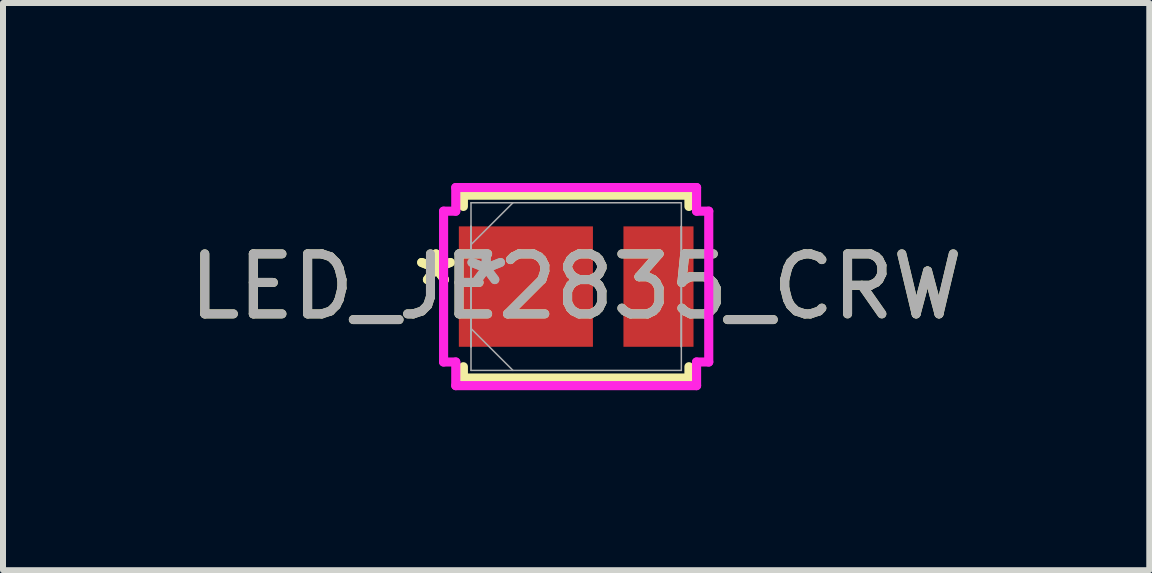
<source format=kicad_pcb>
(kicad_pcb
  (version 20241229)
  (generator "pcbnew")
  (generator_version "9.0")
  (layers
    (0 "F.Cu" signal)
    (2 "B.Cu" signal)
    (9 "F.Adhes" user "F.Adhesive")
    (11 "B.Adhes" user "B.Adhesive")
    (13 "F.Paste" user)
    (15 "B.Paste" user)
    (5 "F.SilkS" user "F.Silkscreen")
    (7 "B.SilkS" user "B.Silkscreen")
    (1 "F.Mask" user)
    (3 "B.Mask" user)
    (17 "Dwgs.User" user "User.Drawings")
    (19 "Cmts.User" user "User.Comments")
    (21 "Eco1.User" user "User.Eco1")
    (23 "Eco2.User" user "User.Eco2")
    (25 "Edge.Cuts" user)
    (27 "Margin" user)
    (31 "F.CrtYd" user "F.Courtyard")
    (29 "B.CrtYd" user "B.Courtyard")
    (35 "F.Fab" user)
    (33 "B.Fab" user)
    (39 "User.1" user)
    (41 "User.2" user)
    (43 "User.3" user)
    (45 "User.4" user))
  (footprint "LED_JE2835_CRW"
    (layer "F.Cu")
    (at 6.554 1.727)
    (property "Reference" "LED_JE2835_CRW" (at 0 0 0) (unlocked yes) (layer "F.SilkS") (effects (font (size 1 1) (thickness 0.15))))
    (attr smd)
    (fp_line (start -1.88 -1.524) (end -1.88 -1.336) (stroke (width 0.152) (type solid)) (layer "F.SilkS"))
    (fp_line (start -1.88 1.336) (end -1.88 1.524) (stroke (width 0.152) (type solid)) (layer "F.SilkS"))
    (fp_line (start -1.88 1.524) (end 1.88 1.524) (stroke (width 0.152) (type solid)) (layer "F.SilkS"))
    (fp_line (start 1.88 -1.524) (end -1.88 -1.524) (stroke (width 0.152) (type solid)) (layer "F.SilkS"))
    (fp_line (start 1.88 -1.336) (end 1.88 -1.524) (stroke (width 0.152) (type solid)) (layer "F.SilkS"))
    (fp_line (start 1.88 1.524) (end 1.88 1.336) (stroke (width 0.152) (type solid)) (layer "F.SilkS"))
    (fp_line (start -2.21 -1.257) (end -2.007 -1.257) (stroke (width 0.152) (type solid)) (layer "F.CrtYd"))
    (fp_line (start -2.21 1.257) (end -2.21 -1.257) (stroke (width 0.152) (type solid)) (layer "F.CrtYd"))
    (fp_line (start -2.007 -1.651) (end 2.007 -1.651) (stroke (width 0.152) (type solid)) (layer "F.CrtYd"))
    (fp_line (start -2.007 -1.257) (end -2.007 -1.651) (stroke (width 0.152) (type solid)) (layer "F.CrtYd"))
    (fp_line (start -2.007 1.257) (end -2.21 1.257) (stroke (width 0.152) (type solid)) (layer "F.CrtYd"))
    (fp_line (start -2.007 1.651) (end -2.007 1.257) (stroke (width 0.152) (type solid)) (layer "F.CrtYd"))
    (fp_line (start 2.007 -1.651) (end 2.007 -1.257) (stroke (width 0.152) (type solid)) (layer "F.CrtYd"))
    (fp_line (start 2.007 -1.257) (end 2.21 -1.257) (stroke (width 0.152) (type solid)) (layer "F.CrtYd"))
    (fp_line (start 2.007 1.257) (end 2.007 1.651) (stroke (width 0.152) (type solid)) (layer "F.CrtYd"))
    (fp_line (start 2.007 1.651) (end -2.007 1.651) (stroke (width 0.152) (type solid)) (layer "F.CrtYd"))
    (fp_line (start 2.21 -1.257) (end 2.21 1.257) (stroke (width 0.152) (type solid)) (layer "F.CrtYd"))
    (fp_line (start 2.21 1.257) (end 2.007 1.257) (stroke (width 0.152) (type solid)) (layer "F.CrtYd"))
    (fp_line (start -1.753 -1.397) (end -1.753 1.397) (stroke (width 0.025) (type solid)) (layer "F.Fab"))
    (fp_line (start -1.753 -1.003) (end -1.753 -1.003) (stroke (width 0.025) (type solid)) (layer "F.Fab"))
    (fp_line (start -1.753 -1.003) (end -1.753 1.003) (stroke (width 0.025) (type solid)) (layer "F.Fab"))
    (fp_line (start -1.753 -0.699) (end -1.054 -1.397) (stroke (width 0.025) (type solid)) (layer "F.Fab"))
    (fp_line (start -1.753 0.699) (end -1.054 1.397) (stroke (width 0.025) (type solid)) (layer "F.Fab"))
    (fp_line (start -1.753 1.003) (end -1.753 -1.003) (stroke (width 0.025) (type solid)) (layer "F.Fab"))
    (fp_line (start -1.753 1.003) (end -1.753 1.003) (stroke (width 0.025) (type solid)) (layer "F.Fab"))
    (fp_line (start -1.753 1.397) (end 1.753 1.397) (stroke (width 0.025) (type solid)) (layer "F.Fab"))
    (fp_line (start 1.753 -1.397) (end -1.753 -1.397) (stroke (width 0.025) (type solid)) (layer "F.Fab"))
    (fp_line (start 1.753 -1.003) (end 1.753 -1.003) (stroke (width 0.025) (type solid)) (layer "F.Fab"))
    (fp_line (start 1.753 -1.003) (end 1.753 1.003) (stroke (width 0.025) (type solid)) (layer "F.Fab"))
    (fp_line (start 1.753 1.003) (end 1.753 -1.003) (stroke (width 0.025) (type solid)) (layer "F.Fab"))
    (fp_line (start 1.753 1.003) (end 1.753 1.003) (stroke (width 0.025) (type solid)) (layer "F.Fab"))
    (fp_line (start 1.753 1.397) (end 1.753 -1.397) (stroke (width 0.025) (type solid)) (layer "F.Fab"))
    (fp_text user "*" (at -2.337 0 0) (layer "F.SilkS") (effects (font (size 1 1) (thickness 0.15))))
    (fp_text user "*" (at -2.337 0 0) (unlocked yes) (layer "F.SilkS") (effects (font (size 1 1) (thickness 0.15))))
    (fp_text user "*" (at -1.499 0 0) (layer "F.Fab") (effects (font (size 1 1) (thickness 0.15))))
    (fp_text user "*" (at -1.499 0 0) (unlocked yes) (layer "F.Fab") (effects (font (size 1 1) (thickness 0.15))))
    (fp_text user "${REFERENCE}" (at 0 0 0) (unlocked yes) (layer "F.Fab") (effects (font (size 1 1) (thickness 0.15))))
    (pad "1" smd rect (at -0.838 0) (size 2.235 2.007) (layers "F.Cu" "F.Mask" "F.Paste"))
    (pad "2" smd rect (at 1.372 0) (size 1.168 2.007) (layers "F.Cu" "F.Mask" "F.Paste"))
    (zone (net_name "") (layer "F.Cu") (hatch full 0.508) (connect_pads) (min_thickness 0.254) (filled_areas_thickness no) (keepout (tracks not_allowed) (vias not_allowed) (pads allowed) (copperpour not_allowed) (footprints allowed)) (placement (enabled no)) (fill) (polygon (pts (xy 6.884 0.381) (xy 7.29 0.381) (xy 7.29 3.073) (xy 6.884 3.073)))))
  (gr_rect
    (start -3 -3)
    (end 16.107 6.454)
    (stroke (width 0.1) (type default))
    (fill no)
    (layer "Edge.Cuts")))
</source>
